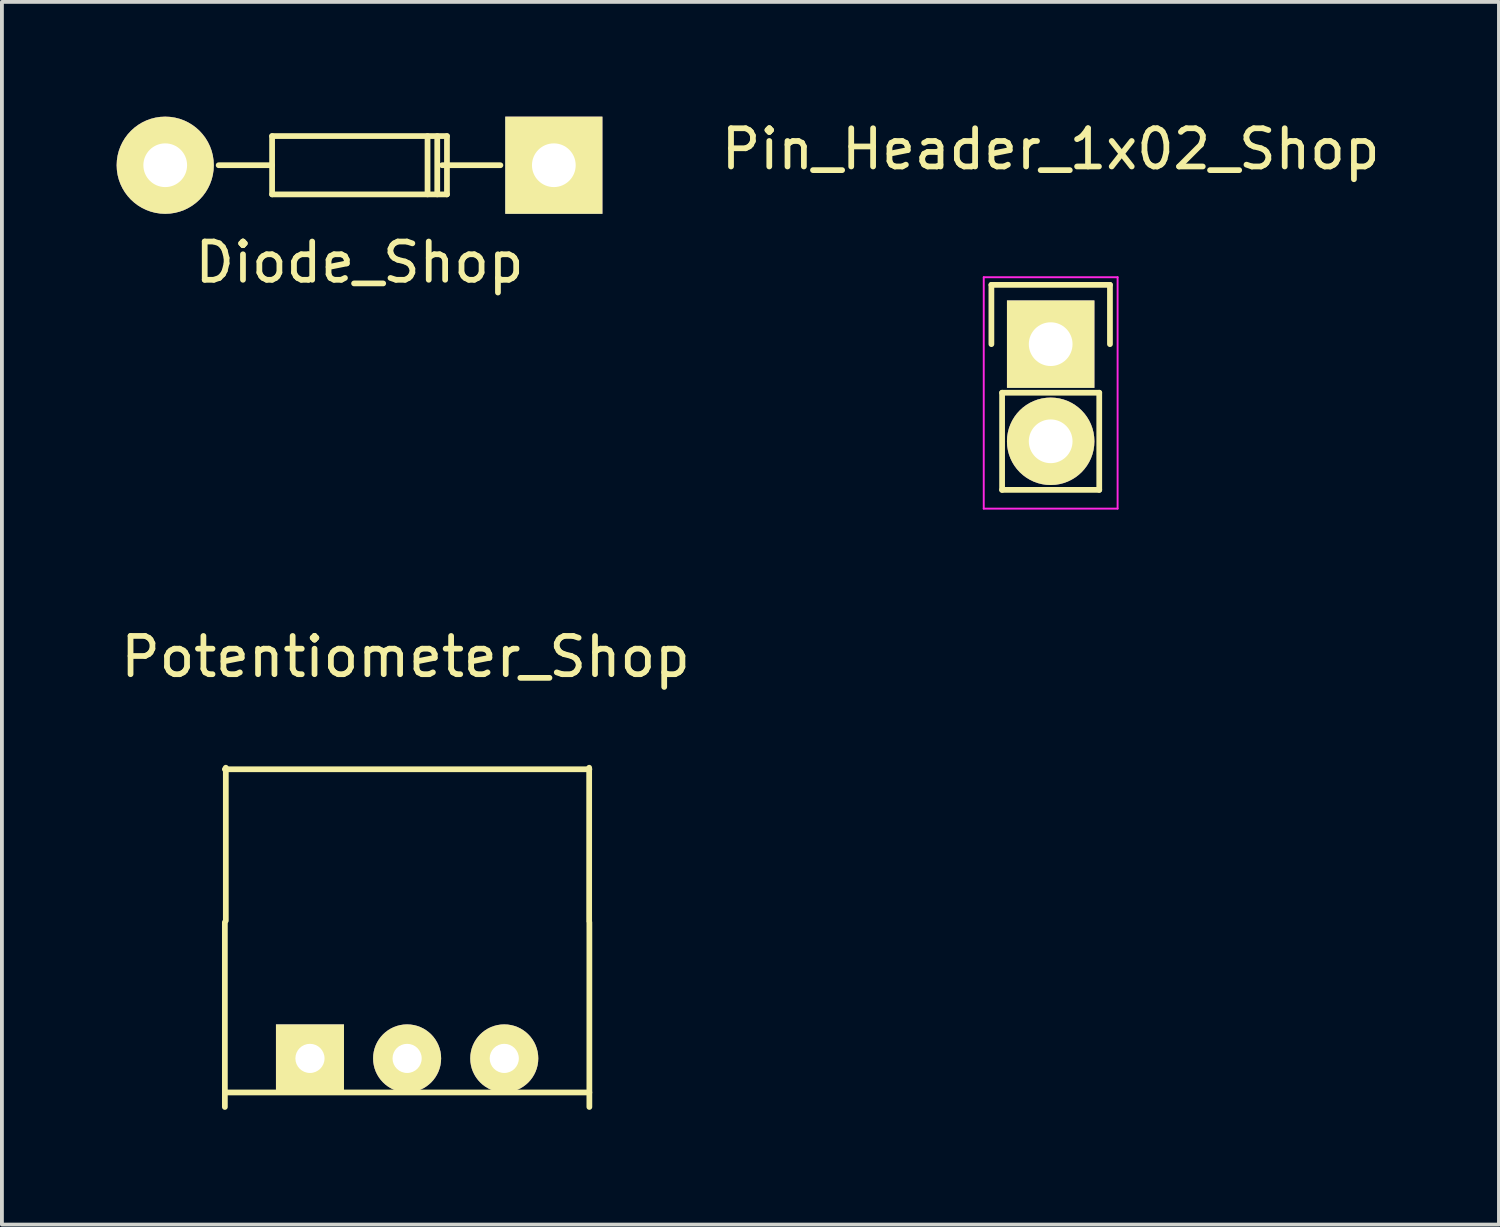
<source format=kicad_pcb>
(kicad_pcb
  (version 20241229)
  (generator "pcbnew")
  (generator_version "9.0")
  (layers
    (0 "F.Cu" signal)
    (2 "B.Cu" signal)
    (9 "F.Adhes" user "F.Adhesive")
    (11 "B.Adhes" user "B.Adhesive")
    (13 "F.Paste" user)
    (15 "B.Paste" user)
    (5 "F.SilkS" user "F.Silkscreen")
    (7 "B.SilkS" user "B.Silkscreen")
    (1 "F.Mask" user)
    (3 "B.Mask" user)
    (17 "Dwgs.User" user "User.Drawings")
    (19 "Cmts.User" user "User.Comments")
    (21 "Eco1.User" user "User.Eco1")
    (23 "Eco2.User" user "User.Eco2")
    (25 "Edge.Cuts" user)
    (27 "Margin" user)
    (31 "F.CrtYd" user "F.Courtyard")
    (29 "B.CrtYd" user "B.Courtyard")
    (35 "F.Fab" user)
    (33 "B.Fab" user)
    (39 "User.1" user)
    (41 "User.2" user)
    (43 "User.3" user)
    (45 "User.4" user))
  (footprint "Potentiometer_Shop"
    (layer "F.Cu")
    (at 5.054 24.622)
    (property "Reference" "Potentiometer_Shop" (at 2.5 -10.5 0) (layer "F.SilkS") (effects (font (size 1 1) (thickness 0.15))))
    (attr through_hole)
    (fp_line (start -2.225 -7.56) (end 7.305 -7.56) (stroke (width 0.15) (type solid)) (layer "F.SilkS"))
    (fp_line (start -2.225 -3.56) (end -2.225 1.27) (stroke (width 0.15) (type solid)) (layer "F.SilkS"))
    (fp_line (start -2.2 -7.6) (end -2.2 -3.6) (stroke (width 0.15) (type solid)) (layer "F.SilkS"))
    (fp_line (start 7.3 -7.6) (end 7.3 -3.6) (stroke (width 0.15) (type solid)) (layer "F.SilkS"))
    (fp_line (start 7.305 -3.56) (end 7.305 1.27) (stroke (width 0.15) (type solid)) (layer "F.SilkS"))
    (fp_line (start 7.305 0.89) (end -2.225 0.89) (stroke (width 0.15) (type solid)) (layer "F.SilkS"))
    (pad "1" thru_hole rect (at 0 0) (size 1.778 1.778) (drill 0.762) (layers "*.Cu" "*.Mask" "F.SilkS"))
    (pad "2" thru_hole circle (at 2.54 0) (size 1.778 1.778) (drill 0.762) (layers "*.Cu" "*.Mask" "F.SilkS"))
    (pad "3" thru_hole circle (at 5.08 0) (size 1.778 1.778) (drill 0.762) (layers "*.Cu" "*.Mask" "F.SilkS")))
  (footprint "Pin_Header_1x02_Shop"
    (layer "F.Cu")
    (at 24.42 5.948)
    (property "Reference" "Pin_Header_1x02_Shop" (at 0 -5.1 0) (layer "F.SilkS") (effects (font (size 1 1) (thickness 0.15))))
    (attr through_hole)
    (fp_line (start -1.55 -1.55) (end 1.55 -1.55) (stroke (width 0.15) (type solid)) (layer "F.SilkS"))
    (fp_line (start -1.55 0) (end -1.55 -1.55) (stroke (width 0.15) (type solid)) (layer "F.SilkS"))
    (fp_line (start -1.27 1.27) (end -1.27 3.81) (stroke (width 0.15) (type solid)) (layer "F.SilkS"))
    (fp_line (start -1.27 3.81) (end 1.27 3.81) (stroke (width 0.15) (type solid)) (layer "F.SilkS"))
    (fp_line (start 1.27 1.27) (end -1.27 1.27) (stroke (width 0.15) (type solid)) (layer "F.SilkS"))
    (fp_line (start 1.27 1.27) (end 1.27 3.81) (stroke (width 0.15) (type solid)) (layer "F.SilkS"))
    (fp_line (start 1.55 -1.55) (end 1.55 0) (stroke (width 0.15) (type solid)) (layer "F.SilkS"))
    (fp_line (start -1.75 -1.75) (end -1.75 4.3) (stroke (width 0.05) (type solid)) (layer "F.CrtYd"))
    (fp_line (start -1.75 -1.75) (end 1.75 -1.75) (stroke (width 0.05) (type solid)) (layer "F.CrtYd"))
    (fp_line (start -1.75 4.3) (end 1.75 4.3) (stroke (width 0.05) (type solid)) (layer "F.CrtYd"))
    (fp_line (start 1.75 -1.75) (end 1.75 4.3) (stroke (width 0.05) (type solid)) (layer "F.CrtYd"))
    (pad "1" thru_hole rect (at 0 0) (size 2.286 2.286) (drill 1.143) (layers "*.Cu" "*.Mask" "F.SilkS"))
    (pad "2" thru_hole oval (at 0 2.54) (size 2.286 2.286) (drill 1.143) (layers "*.Cu" "*.Mask" "F.SilkS")))
  (footprint "Diode_Shop"
    (layer "F.Cu")
    (at 6.35 1.27)
    (property "Reference" "Diode_Shop" (at 0 2.54 0) (layer "F.SilkS") (effects (font (size 1 1) (thickness 0.15))))
    (attr through_hole)
    (fp_line (start -2.286 -0.762) (end 2.286 -0.762) (stroke (width 0.15) (type solid)) (layer "F.SilkS"))
    (fp_line (start -2.286 0) (end -3.683 0) (stroke (width 0.15) (type solid)) (layer "F.SilkS"))
    (fp_line (start -2.286 0.762) (end -2.286 -0.762) (stroke (width 0.15) (type solid)) (layer "F.SilkS"))
    (fp_line (start 1.778 -0.762) (end 1.778 0.762) (stroke (width 0.15) (type solid)) (layer "F.SilkS"))
    (fp_line (start 2.032 -0.762) (end 2.032 0.762) (stroke (width 0.15) (type solid)) (layer "F.SilkS"))
    (fp_line (start 2.159 0) (end 3.683 0) (stroke (width 0.15) (type solid)) (layer "F.SilkS"))
    (fp_line (start 2.286 -0.762) (end 2.286 0) (stroke (width 0.15) (type solid)) (layer "F.SilkS"))
    (fp_line (start 2.286 0) (end 2.286 0.762) (stroke (width 0.15) (type solid)) (layer "F.SilkS"))
    (fp_line (start 2.286 0.762) (end -2.286 0.762) (stroke (width 0.15) (type solid)) (layer "F.SilkS"))
    (pad "1" thru_hole circle (at -5.08 0) (size 2.54 2.54) (drill 1.143) (layers "*.Cu" "*.Mask" "F.SilkS"))
    (pad "2" thru_hole rect (at 5.08 0) (size 2.54 2.54) (drill 1.143) (layers "*.Cu" "*.Mask" "F.SilkS")))
  (gr_rect
    (start -3 -3)
    (end 36.14 28.966)
    (stroke (width 0.1) (type default))
    (fill no)
    (layer "Edge.Cuts")))
</source>
